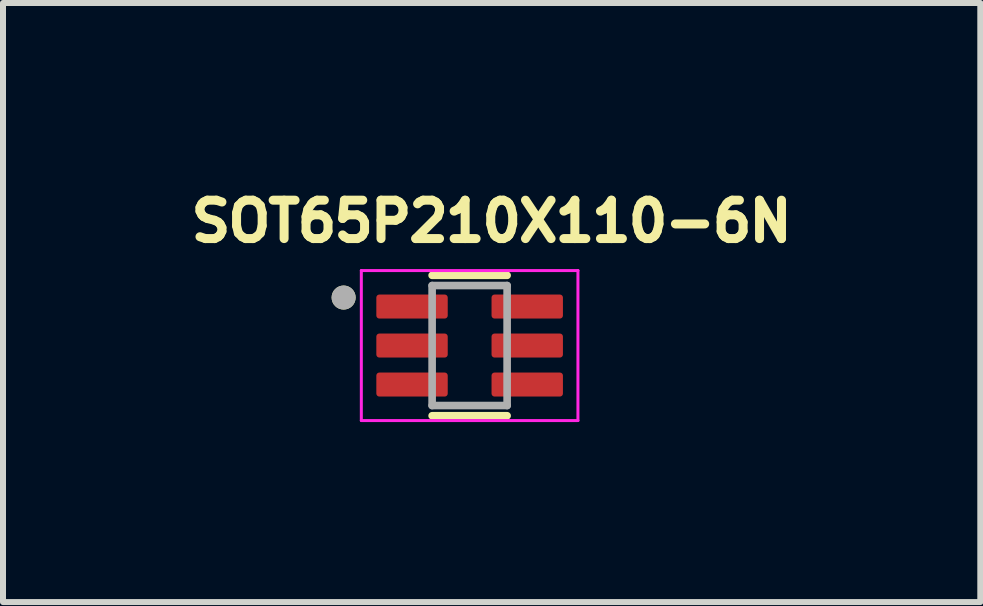
<source format=kicad_pcb>
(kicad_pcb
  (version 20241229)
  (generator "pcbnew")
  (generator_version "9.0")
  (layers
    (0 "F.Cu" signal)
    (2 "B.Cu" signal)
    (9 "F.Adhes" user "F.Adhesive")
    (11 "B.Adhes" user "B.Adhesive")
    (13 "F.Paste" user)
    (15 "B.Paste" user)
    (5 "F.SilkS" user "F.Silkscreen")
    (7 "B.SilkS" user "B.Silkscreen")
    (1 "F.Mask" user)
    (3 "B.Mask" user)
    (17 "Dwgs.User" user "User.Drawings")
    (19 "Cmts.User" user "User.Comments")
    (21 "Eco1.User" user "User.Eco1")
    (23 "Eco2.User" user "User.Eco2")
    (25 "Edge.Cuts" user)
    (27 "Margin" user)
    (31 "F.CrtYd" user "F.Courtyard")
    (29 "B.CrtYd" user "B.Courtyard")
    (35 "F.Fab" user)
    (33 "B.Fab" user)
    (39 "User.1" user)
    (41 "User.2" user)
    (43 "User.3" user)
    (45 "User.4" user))
  (footprint "SOT65P210X110-6N"
    (layer "F.Cu")
    (at 4.777 2.709)
    (property "Reference" "SOT65P210X110-6N" (at 0.367 -2.071 0) (layer "F.SilkS") (effects (font (size 0.64 0.64) (thickness 0.15))))
    (attr smd)
    (fp_line (start -0.625 -1.17) (end 0.625 -1.17) (stroke (width 0.127) (type solid)) (layer "F.SilkS"))
    (fp_line (start -0.625 1.17) (end 0.625 1.17) (stroke (width 0.127) (type solid)) (layer "F.SilkS"))
    (fp_circle (center -2.1 -0.8) (end -2 -0.8) (stroke (width 0.2) (type solid)) (fill no) (layer "F.SilkS"))
    (fp_line (start -1.805 -1.25) (end -1.805 1.25) (stroke (width 0.05) (type solid)) (layer "F.CrtYd"))
    (fp_line (start -1.805 -1.25) (end 1.805 -1.25) (stroke (width 0.05) (type solid)) (layer "F.CrtYd"))
    (fp_line (start -1.805 1.25) (end 1.805 1.25) (stroke (width 0.05) (type solid)) (layer "F.CrtYd"))
    (fp_line (start 1.805 -1.25) (end 1.805 1.25) (stroke (width 0.05) (type solid)) (layer "F.CrtYd"))
    (fp_line (start -0.625 -1) (end -0.625 1) (stroke (width 0.127) (type solid)) (layer "F.Fab"))
    (fp_line (start -0.625 -1) (end 0.625 -1) (stroke (width 0.127) (type solid)) (layer "F.Fab"))
    (fp_line (start -0.625 1) (end 0.625 1) (stroke (width 0.127) (type solid)) (layer "F.Fab"))
    (fp_line (start 0.625 -1) (end 0.625 1) (stroke (width 0.127) (type solid)) (layer "F.Fab"))
    (fp_circle (center -2.1 -0.8) (end -2 -0.8) (stroke (width 0.2) (type solid)) (fill no) (layer "F.Fab"))
    (pad "1" smd roundrect (at -0.96 -0.65) (size 1.19 0.4) (layers "F.Cu" "F.Mask" "F.Paste") (roundrect_rratio 0.125))
    (pad "2" smd roundrect (at -0.96 0) (size 1.19 0.4) (layers "F.Cu" "F.Mask" "F.Paste") (roundrect_rratio 0.125))
    (pad "3" smd roundrect (at -0.96 0.65) (size 1.19 0.4) (layers "F.Cu" "F.Mask" "F.Paste") (roundrect_rratio 0.125))
    (pad "4" smd roundrect (at 0.96 0.65) (size 1.19 0.4) (layers "F.Cu" "F.Mask" "F.Paste") (roundrect_rratio 0.125))
    (pad "5" smd roundrect (at 0.96 0) (size 1.19 0.4) (layers "F.Cu" "F.Mask" "F.Paste") (roundrect_rratio 0.125))
    (pad "6" smd roundrect (at 0.96 -0.65) (size 1.19 0.4) (layers "F.Cu" "F.Mask" "F.Paste") (roundrect_rratio 0.125)))
  (gr_rect
    (start -3 -3)
    (end 13.288 6.984)
    (stroke (width 0.1) (type default))
    (fill no)
    (layer "Edge.Cuts")))
</source>
